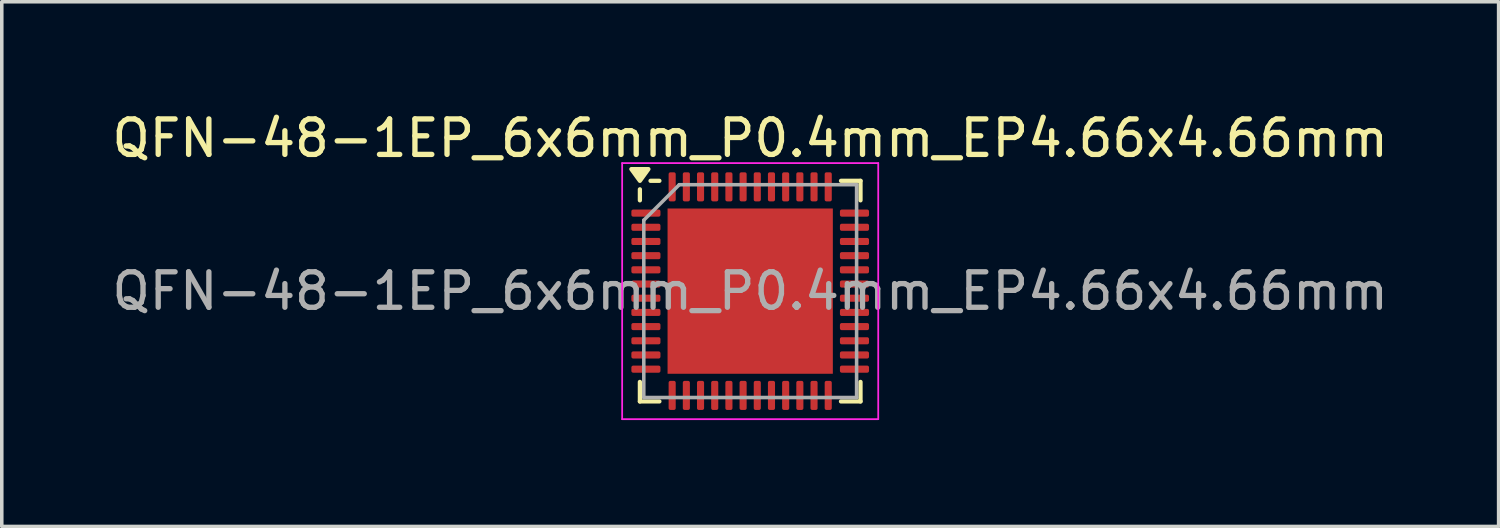
<source format=kicad_pcb>
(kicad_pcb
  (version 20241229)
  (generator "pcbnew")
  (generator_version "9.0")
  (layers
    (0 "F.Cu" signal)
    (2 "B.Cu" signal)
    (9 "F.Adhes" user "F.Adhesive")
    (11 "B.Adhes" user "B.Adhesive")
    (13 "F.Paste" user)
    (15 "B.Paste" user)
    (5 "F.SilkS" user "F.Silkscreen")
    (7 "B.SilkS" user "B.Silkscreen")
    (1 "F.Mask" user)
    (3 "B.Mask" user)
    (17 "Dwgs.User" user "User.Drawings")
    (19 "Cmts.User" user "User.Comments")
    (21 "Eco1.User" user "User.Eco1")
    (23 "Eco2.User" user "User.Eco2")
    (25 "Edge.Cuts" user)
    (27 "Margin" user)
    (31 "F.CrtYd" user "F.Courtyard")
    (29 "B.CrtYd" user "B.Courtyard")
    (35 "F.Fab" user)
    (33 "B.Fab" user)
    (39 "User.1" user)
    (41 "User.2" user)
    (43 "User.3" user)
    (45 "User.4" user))
  (footprint "QFN-48-1EP_6x6mm_P0.4mm_EP4.66x4.66mm"
    (layer "F.Cu")
    (at 18.101 5.158)
    (property "Reference" "QFN-48-1EP_6x6mm_P0.4mm_EP4.66x4.66mm" (at 0 -4.31 0) (layer "F.SilkS") (effects (font (size 1 1) (thickness 0.15))))
    (attr smd)
    (fp_line (start -3.11 -2.56) (end -3.11 -2.87) (stroke (width 0.12) (type solid)) (layer "F.SilkS"))
    (fp_line (start -3.11 3.11) (end -3.11 2.56) (stroke (width 0.12) (type solid)) (layer "F.SilkS"))
    (fp_line (start -2.56 -3.11) (end -2.81 -3.11) (stroke (width 0.12) (type solid)) (layer "F.SilkS"))
    (fp_line (start -2.56 3.11) (end -3.11 3.11) (stroke (width 0.12) (type solid)) (layer "F.SilkS"))
    (fp_line (start 2.56 -3.11) (end 3.11 -3.11) (stroke (width 0.12) (type solid)) (layer "F.SilkS"))
    (fp_line (start 2.56 3.11) (end 3.11 3.11) (stroke (width 0.12) (type solid)) (layer "F.SilkS"))
    (fp_line (start 3.11 -3.11) (end 3.11 -2.56) (stroke (width 0.12) (type solid)) (layer "F.SilkS"))
    (fp_line (start 3.11 3.11) (end 3.11 2.56) (stroke (width 0.12) (type solid)) (layer "F.SilkS"))
    (fp_poly (pts (xy -3.11 -3.11) (xy -3.35 -3.44) (xy -2.87 -3.44) (xy -3.11 -3.11)) (stroke (width 0.12) (type solid)) (fill yes) (layer "F.SilkS"))
    (fp_line (start -3.61 -3.61) (end -3.61 3.61) (stroke (width 0.05) (type solid)) (layer "F.CrtYd"))
    (fp_line (start -3.61 3.61) (end 3.61 3.61) (stroke (width 0.05) (type solid)) (layer "F.CrtYd"))
    (fp_line (start 3.61 -3.61) (end -3.61 -3.61) (stroke (width 0.05) (type solid)) (layer "F.CrtYd"))
    (fp_line (start 3.61 3.61) (end 3.61 -3.61) (stroke (width 0.05) (type solid)) (layer "F.CrtYd"))
    (fp_line (start -3 -2) (end -2 -3) (stroke (width 0.1) (type solid)) (layer "F.Fab"))
    (fp_line (start -3 3) (end -3 -2) (stroke (width 0.1) (type solid)) (layer "F.Fab"))
    (fp_line (start -2 -3) (end 3 -3) (stroke (width 0.1) (type solid)) (layer "F.Fab"))
    (fp_line (start 3 -3) (end 3 3) (stroke (width 0.1) (type solid)) (layer "F.Fab"))
    (fp_line (start 3 3) (end -3 3) (stroke (width 0.1) (type solid)) (layer "F.Fab"))
    (fp_text user "${REFERENCE}" (at 0 0 0) (layer "F.Fab") (effects (font (size 1 1) (thickness 0.15))))
    (pad "" smd roundrect (at -1.55 -1.55) (size 1.25 1.25) (layers "F.Paste") (roundrect_rratio 0.2))
    (pad "" smd roundrect (at -1.55 0) (size 1.25 1.25) (layers "F.Paste") (roundrect_rratio 0.2))
    (pad "" smd roundrect (at -1.55 1.55) (size 1.25 1.25) (layers "F.Paste") (roundrect_rratio 0.2))
    (pad "" smd roundrect (at 0 -1.55) (size 1.25 1.25) (layers "F.Paste") (roundrect_rratio 0.2))
    (pad "" smd roundrect (at 0 0) (size 1.25 1.25) (layers "F.Paste") (roundrect_rratio 0.2))
    (pad "" smd roundrect (at 0 1.55) (size 1.25 1.25) (layers "F.Paste") (roundrect_rratio 0.2))
    (pad "" smd roundrect (at 1.55 -1.55) (size 1.25 1.25) (layers "F.Paste") (roundrect_rratio 0.2))
    (pad "" smd roundrect (at 1.55 0) (size 1.25 1.25) (layers "F.Paste") (roundrect_rratio 0.2))
    (pad "" smd roundrect (at 1.55 1.55) (size 1.25 1.25) (layers "F.Paste") (roundrect_rratio 0.2))
    (pad "1" smd roundrect (at -2.94 -2.2) (size 0.82 0.2) (layers "F.Cu" "F.Mask" "F.Paste") (roundrect_rratio 0.25))
    (pad "2" smd roundrect (at -2.94 -1.8) (size 0.82 0.2) (layers "F.Cu" "F.Mask" "F.Paste") (roundrect_rratio 0.25))
    (pad "3" smd roundrect (at -2.94 -1.4) (size 0.82 0.2) (layers "F.Cu" "F.Mask" "F.Paste") (roundrect_rratio 0.25))
    (pad "4" smd roundrect (at -2.94 -1) (size 0.82 0.2) (layers "F.Cu" "F.Mask" "F.Paste") (roundrect_rratio 0.25))
    (pad "5" smd roundrect (at -2.94 -0.6) (size 0.82 0.2) (layers "F.Cu" "F.Mask" "F.Paste") (roundrect_rratio 0.25))
    (pad "6" smd roundrect (at -2.94 -0.2) (size 0.82 0.2) (layers "F.Cu" "F.Mask" "F.Paste") (roundrect_rratio 0.25))
    (pad "7" smd roundrect (at -2.94 0.2) (size 0.82 0.2) (layers "F.Cu" "F.Mask" "F.Paste") (roundrect_rratio 0.25))
    (pad "8" smd roundrect (at -2.94 0.6) (size 0.82 0.2) (layers "F.Cu" "F.Mask" "F.Paste") (roundrect_rratio 0.25))
    (pad "9" smd roundrect (at -2.94 1) (size 0.82 0.2) (layers "F.Cu" "F.Mask" "F.Paste") (roundrect_rratio 0.25))
    (pad "10" smd roundrect (at -2.94 1.4) (size 0.82 0.2) (layers "F.Cu" "F.Mask" "F.Paste") (roundrect_rratio 0.25))
    (pad "11" smd roundrect (at -2.94 1.8) (size 0.82 0.2) (layers "F.Cu" "F.Mask" "F.Paste") (roundrect_rratio 0.25))
    (pad "12" smd roundrect (at -2.94 2.2) (size 0.82 0.2) (layers "F.Cu" "F.Mask" "F.Paste") (roundrect_rratio 0.25))
    (pad "13" smd roundrect (at -2.2 2.94) (size 0.2 0.82) (layers "F.Cu" "F.Mask" "F.Paste") (roundrect_rratio 0.25))
    (pad "14" smd roundrect (at -1.8 2.94) (size 0.2 0.82) (layers "F.Cu" "F.Mask" "F.Paste") (roundrect_rratio 0.25))
    (pad "15" smd roundrect (at -1.4 2.94) (size 0.2 0.82) (layers "F.Cu" "F.Mask" "F.Paste") (roundrect_rratio 0.25))
    (pad "16" smd roundrect (at -1 2.94) (size 0.2 0.82) (layers "F.Cu" "F.Mask" "F.Paste") (roundrect_rratio 0.25))
    (pad "17" smd roundrect (at -0.6 2.94) (size 0.2 0.82) (layers "F.Cu" "F.Mask" "F.Paste") (roundrect_rratio 0.25))
    (pad "18" smd roundrect (at -0.2 2.94) (size 0.2 0.82) (layers "F.Cu" "F.Mask" "F.Paste") (roundrect_rratio 0.25))
    (pad "19" smd roundrect (at 0.2 2.94) (size 0.2 0.82) (layers "F.Cu" "F.Mask" "F.Paste") (roundrect_rratio 0.25))
    (pad "20" smd roundrect (at 0.6 2.94) (size 0.2 0.82) (layers "F.Cu" "F.Mask" "F.Paste") (roundrect_rratio 0.25))
    (pad "21" smd roundrect (at 1 2.94) (size 0.2 0.82) (layers "F.Cu" "F.Mask" "F.Paste") (roundrect_rratio 0.25))
    (pad "22" smd roundrect (at 1.4 2.94) (size 0.2 0.82) (layers "F.Cu" "F.Mask" "F.Paste") (roundrect_rratio 0.25))
    (pad "23" smd roundrect (at 1.8 2.94) (size 0.2 0.82) (layers "F.Cu" "F.Mask" "F.Paste") (roundrect_rratio 0.25))
    (pad "24" smd roundrect (at 2.2 2.94) (size 0.2 0.82) (layers "F.Cu" "F.Mask" "F.Paste") (roundrect_rratio 0.25))
    (pad "25" smd roundrect (at 2.94 2.2) (size 0.82 0.2) (layers "F.Cu" "F.Mask" "F.Paste") (roundrect_rratio 0.25))
    (pad "26" smd roundrect (at 2.94 1.8) (size 0.82 0.2) (layers "F.Cu" "F.Mask" "F.Paste") (roundrect_rratio 0.25))
    (pad "27" smd roundrect (at 2.94 1.4) (size 0.82 0.2) (layers "F.Cu" "F.Mask" "F.Paste") (roundrect_rratio 0.25))
    (pad "28" smd roundrect (at 2.94 1) (size 0.82 0.2) (layers "F.Cu" "F.Mask" "F.Paste") (roundrect_rratio 0.25))
    (pad "29" smd roundrect (at 2.94 0.6) (size 0.82 0.2) (layers "F.Cu" "F.Mask" "F.Paste") (roundrect_rratio 0.25))
    (pad "30" smd roundrect (at 2.94 0.2) (size 0.82 0.2) (layers "F.Cu" "F.Mask" "F.Paste") (roundrect_rratio 0.25))
    (pad "31" smd roundrect (at 2.94 -0.2) (size 0.82 0.2) (layers "F.Cu" "F.Mask" "F.Paste") (roundrect_rratio 0.25))
    (pad "32" smd roundrect (at 2.94 -0.6) (size 0.82 0.2) (layers "F.Cu" "F.Mask" "F.Paste") (roundrect_rratio 0.25))
    (pad "33" smd roundrect (at 2.94 -1) (size 0.82 0.2) (layers "F.Cu" "F.Mask" "F.Paste") (roundrect_rratio 0.25))
    (pad "34" smd roundrect (at 2.94 -1.4) (size 0.82 0.2) (layers "F.Cu" "F.Mask" "F.Paste") (roundrect_rratio 0.25))
    (pad "35" smd roundrect (at 2.94 -1.8) (size 0.82 0.2) (layers "F.Cu" "F.Mask" "F.Paste") (roundrect_rratio 0.25))
    (pad "36" smd roundrect (at 2.94 -2.2) (size 0.82 0.2) (layers "F.Cu" "F.Mask" "F.Paste") (roundrect_rratio 0.25))
    (pad "37" smd roundrect (at 2.2 -2.94) (size 0.2 0.82) (layers "F.Cu" "F.Mask" "F.Paste") (roundrect_rratio 0.25))
    (pad "38" smd roundrect (at 1.8 -2.94) (size 0.2 0.82) (layers "F.Cu" "F.Mask" "F.Paste") (roundrect_rratio 0.25))
    (pad "39" smd roundrect (at 1.4 -2.94) (size 0.2 0.82) (layers "F.Cu" "F.Mask" "F.Paste") (roundrect_rratio 0.25))
    (pad "40" smd roundrect (at 1 -2.94) (size 0.2 0.82) (layers "F.Cu" "F.Mask" "F.Paste") (roundrect_rratio 0.25))
    (pad "41" smd roundrect (at 0.6 -2.94) (size 0.2 0.82) (layers "F.Cu" "F.Mask" "F.Paste") (roundrect_rratio 0.25))
    (pad "42" smd roundrect (at 0.2 -2.94) (size 0.2 0.82) (layers "F.Cu" "F.Mask" "F.Paste") (roundrect_rratio 0.25))
    (pad "43" smd roundrect (at -0.2 -2.94) (size 0.2 0.82) (layers "F.Cu" "F.Mask" "F.Paste") (roundrect_rratio 0.25))
    (pad "44" smd roundrect (at -0.6 -2.94) (size 0.2 0.82) (layers "F.Cu" "F.Mask" "F.Paste") (roundrect_rratio 0.25))
    (pad "45" smd roundrect (at -1 -2.94) (size 0.2 0.82) (layers "F.Cu" "F.Mask" "F.Paste") (roundrect_rratio 0.25))
    (pad "46" smd roundrect (at -1.4 -2.94) (size 0.2 0.82) (layers "F.Cu" "F.Mask" "F.Paste") (roundrect_rratio 0.25))
    (pad "47" smd roundrect (at -1.8 -2.94) (size 0.2 0.82) (layers "F.Cu" "F.Mask" "F.Paste") (roundrect_rratio 0.25))
    (pad "48" smd roundrect (at -2.2 -2.94) (size 0.2 0.82) (layers "F.Cu" "F.Mask" "F.Paste") (roundrect_rratio 0.25))
    (pad "49" smd rect (at 0 0) (size 4.66 4.66) (property pad_prop_heatsink) (layers "F.Cu" "F.Mask")))
  (gr_rect
    (start -3 -3)
    (end 39.202 11.793)
    (stroke (width 0.1) (type default))
    (fill no)
    (layer "Edge.Cuts")))
</source>
